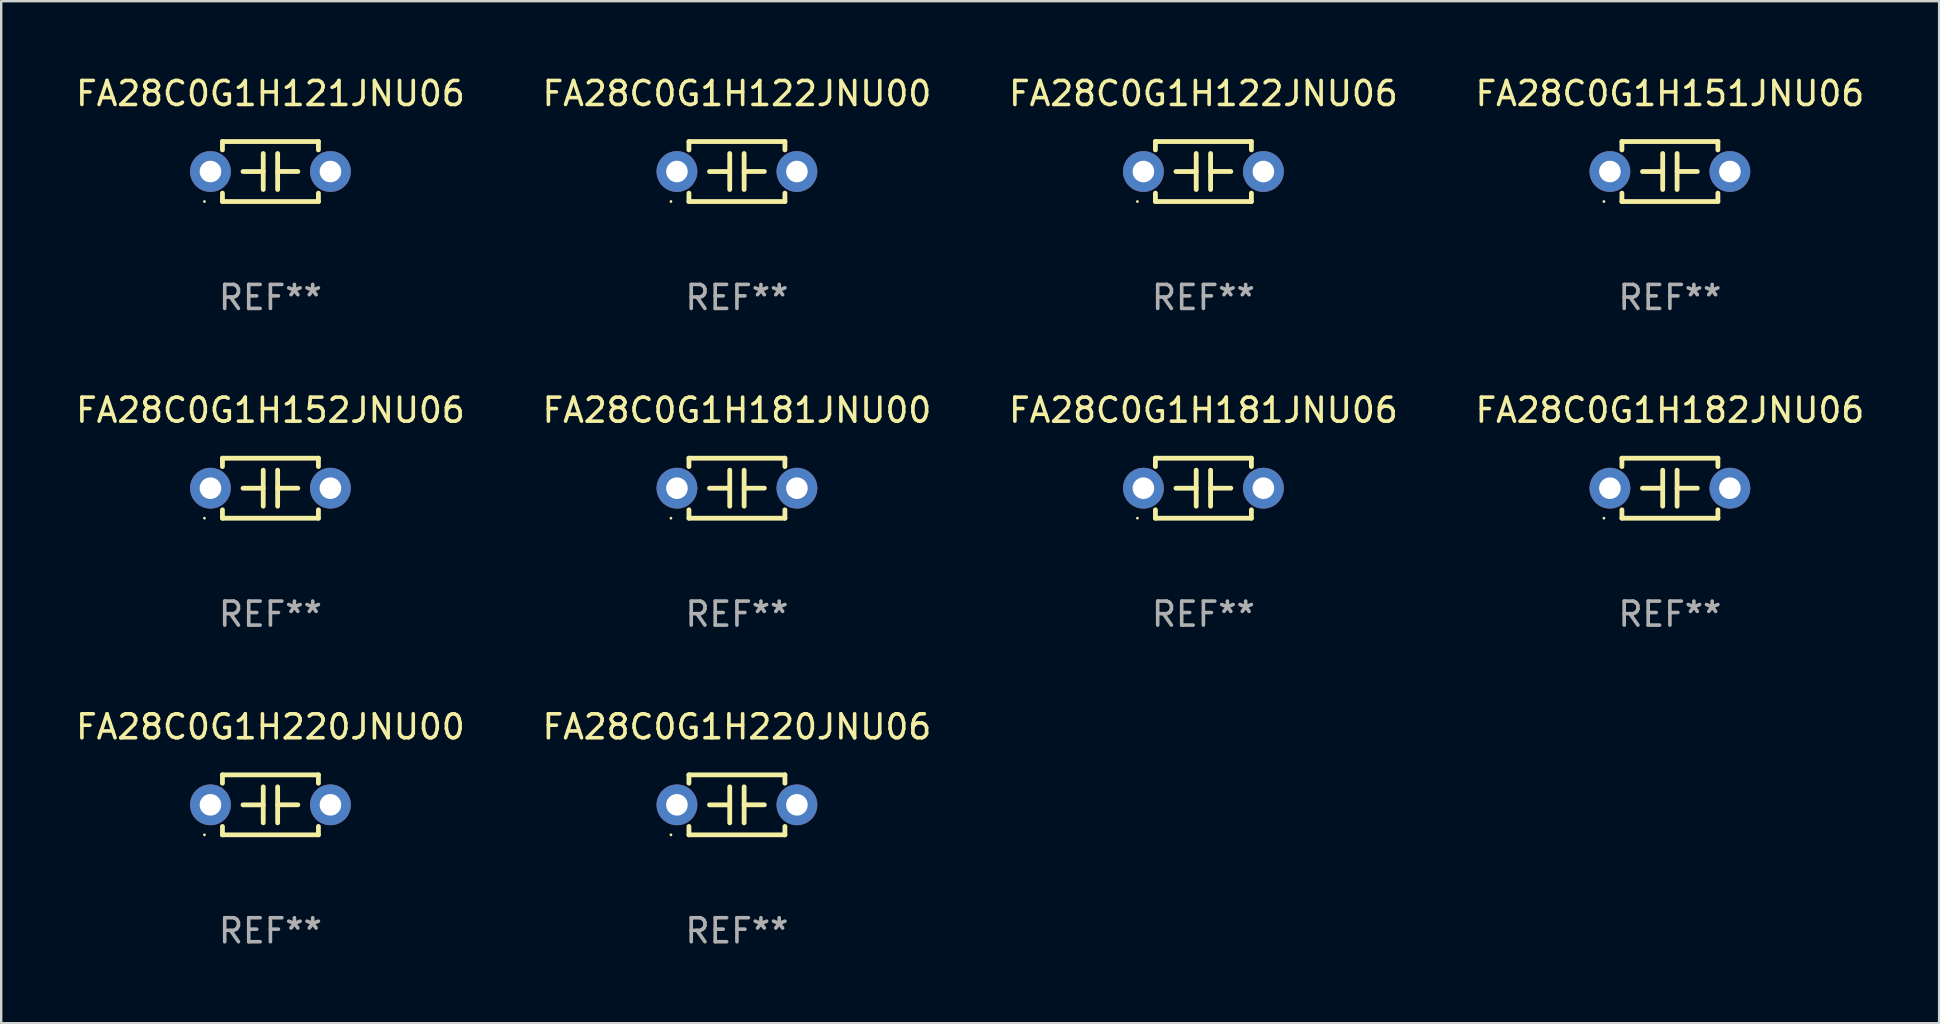
<source format=kicad_pcb>
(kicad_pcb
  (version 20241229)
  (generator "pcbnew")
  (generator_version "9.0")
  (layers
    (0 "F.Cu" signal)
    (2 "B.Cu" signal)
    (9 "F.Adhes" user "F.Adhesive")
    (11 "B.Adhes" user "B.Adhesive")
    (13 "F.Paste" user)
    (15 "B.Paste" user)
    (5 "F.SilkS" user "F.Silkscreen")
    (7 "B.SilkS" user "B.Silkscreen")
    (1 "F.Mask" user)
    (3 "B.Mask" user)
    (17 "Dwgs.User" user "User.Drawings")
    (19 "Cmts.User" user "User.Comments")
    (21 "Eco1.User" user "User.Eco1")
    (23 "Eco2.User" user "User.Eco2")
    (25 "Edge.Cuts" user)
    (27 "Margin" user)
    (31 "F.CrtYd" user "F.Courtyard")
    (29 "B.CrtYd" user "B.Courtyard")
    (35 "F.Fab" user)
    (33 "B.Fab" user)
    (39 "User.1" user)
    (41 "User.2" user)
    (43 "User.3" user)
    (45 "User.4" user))
  (footprint "FA28C0G1H181JNU06"
    (layer "F.Cu")
    (at 47.101 17.295)
    (property "Reference" "FA28C0G1H181JNU06" (at 0 -3.25 0) (layer "F.SilkS") (effects (font (size 1 1) (thickness 0.15))))
    (attr through_hole)
    (fp_line (start -2 -1.25) (end -2 -0.901) (stroke (width 0.2) (type solid)) (layer "F.SilkS"))
    (fp_line (start -2 -1.25) (end 2 -1.25) (stroke (width 0.2) (type solid)) (layer "F.SilkS"))
    (fp_line (start -2 0.901) (end -2 1.25) (stroke (width 0.2) (type solid)) (layer "F.SilkS"))
    (fp_line (start -0.3 -0.75) (end -0.3 0.75) (stroke (width 0.2) (type solid)) (layer "F.SilkS"))
    (fp_line (start -0.3 0.001) (end -1.143 0.001) (stroke (width 0.2) (type solid)) (layer "F.SilkS"))
    (fp_line (start 0.3 -0.001) (end 1.143 -0.001) (stroke (width 0.2) (type solid)) (layer "F.SilkS"))
    (fp_line (start 0.3 0.75) (end 0.3 -0.75) (stroke (width 0.2) (type solid)) (layer "F.SilkS"))
    (fp_line (start 2 -1.25) (end 2 -0.901) (stroke (width 0.2) (type solid)) (layer "F.SilkS"))
    (fp_line (start 2 0.901) (end 2 1.25) (stroke (width 0.2) (type solid)) (layer "F.SilkS"))
    (fp_line (start 2 1.25) (end -2 1.25) (stroke (width 0.2) (type solid)) (layer "F.SilkS"))
    (fp_circle (center -2.75 1.25) (end -2.72 1.25) (stroke (width 0.06) (type solid)) (fill no) (layer "F.SilkS"))
    (fp_text user "REF**" (at 0 5.25 0) (layer "F.Fab") (effects (font (size 1 1) (thickness 0.15))))
    (pad "1" thru_hole circle (at -2.5 0) (size 1.7 1.7) (drill 0.9) (layers "*.Cu" "*.Mask"))
    (pad "2" thru_hole circle (at 2.5 0) (size 1.7 1.7) (drill 0.9) (layers "*.Cu" "*.Mask")))
  (footprint "FA28C0G1H121JNU06"
    (layer "F.Cu")
    (at 8.22 4.098)
    (property "Reference" "FA28C0G1H121JNU06" (at 0 -3.25 0) (layer "F.SilkS") (effects (font (size 1 1) (thickness 0.15))))
    (attr through_hole)
    (fp_line (start -2 -1.25) (end -2 -0.901) (stroke (width 0.2) (type solid)) (layer "F.SilkS"))
    (fp_line (start -2 -1.25) (end 2 -1.25) (stroke (width 0.2) (type solid)) (layer "F.SilkS"))
    (fp_line (start -2 0.901) (end -2 1.25) (stroke (width 0.2) (type solid)) (layer "F.SilkS"))
    (fp_line (start -0.3 -0.75) (end -0.3 0.75) (stroke (width 0.2) (type solid)) (layer "F.SilkS"))
    (fp_line (start -0.3 0.001) (end -1.143 0.001) (stroke (width 0.2) (type solid)) (layer "F.SilkS"))
    (fp_line (start 0.3 -0.001) (end 1.143 -0.001) (stroke (width 0.2) (type solid)) (layer "F.SilkS"))
    (fp_line (start 0.3 0.75) (end 0.3 -0.75) (stroke (width 0.2) (type solid)) (layer "F.SilkS"))
    (fp_line (start 2 -1.25) (end 2 -0.901) (stroke (width 0.2) (type solid)) (layer "F.SilkS"))
    (fp_line (start 2 0.901) (end 2 1.25) (stroke (width 0.2) (type solid)) (layer "F.SilkS"))
    (fp_line (start 2 1.25) (end -2 1.25) (stroke (width 0.2) (type solid)) (layer "F.SilkS"))
    (fp_circle (center -2.75 1.25) (end -2.72 1.25) (stroke (width 0.06) (type solid)) (fill no) (layer "F.SilkS"))
    (fp_text user "REF**" (at 0 5.25 0) (layer "F.Fab") (effects (font (size 1 1) (thickness 0.15))))
    (pad "1" thru_hole circle (at -2.5 0) (size 1.7 1.7) (drill 0.9) (layers "*.Cu" "*.Mask"))
    (pad "2" thru_hole circle (at 2.5 0) (size 1.7 1.7) (drill 0.9) (layers "*.Cu" "*.Mask")))
  (footprint "FA28C0G1H220JNU00"
    (layer "F.Cu")
    (at 8.22 30.491)
    (property "Reference" "FA28C0G1H220JNU00" (at 0 -3.25 0) (layer "F.SilkS") (effects (font (size 1 1) (thickness 0.15))))
    (attr through_hole)
    (fp_line (start -2 -1.25) (end -2 -0.901) (stroke (width 0.2) (type solid)) (layer "F.SilkS"))
    (fp_line (start -2 -1.25) (end 2 -1.25) (stroke (width 0.2) (type solid)) (layer "F.SilkS"))
    (fp_line (start -2 0.901) (end -2 1.25) (stroke (width 0.2) (type solid)) (layer "F.SilkS"))
    (fp_line (start -0.3 -0.75) (end -0.3 0.75) (stroke (width 0.2) (type solid)) (layer "F.SilkS"))
    (fp_line (start -0.3 0.001) (end -1.143 0.001) (stroke (width 0.2) (type solid)) (layer "F.SilkS"))
    (fp_line (start 0.3 -0.001) (end 1.143 -0.001) (stroke (width 0.2) (type solid)) (layer "F.SilkS"))
    (fp_line (start 0.3 0.75) (end 0.3 -0.75) (stroke (width 0.2) (type solid)) (layer "F.SilkS"))
    (fp_line (start 2 -1.25) (end 2 -0.901) (stroke (width 0.2) (type solid)) (layer "F.SilkS"))
    (fp_line (start 2 0.901) (end 2 1.25) (stroke (width 0.2) (type solid)) (layer "F.SilkS"))
    (fp_line (start 2 1.25) (end -2 1.25) (stroke (width 0.2) (type solid)) (layer "F.SilkS"))
    (fp_circle (center -2.75 1.25) (end -2.72 1.25) (stroke (width 0.06) (type solid)) (fill no) (layer "F.SilkS"))
    (fp_text user "REF**" (at 0 5.25 0) (layer "F.Fab") (effects (font (size 1 1) (thickness 0.15))))
    (pad "1" thru_hole circle (at -2.5 0) (size 1.7 1.7) (drill 0.9) (layers "*.Cu" "*.Mask"))
    (pad "2" thru_hole circle (at 2.5 0) (size 1.7 1.7) (drill 0.9) (layers "*.Cu" "*.Mask")))
  (footprint "FA28C0G1H122JNU06"
    (layer "F.Cu")
    (at 47.101 4.098)
    (property "Reference" "FA28C0G1H122JNU06" (at 0 -3.25 0) (layer "F.SilkS") (effects (font (size 1 1) (thickness 0.15))))
    (attr through_hole)
    (fp_line (start -2 -1.25) (end -2 -0.901) (stroke (width 0.2) (type solid)) (layer "F.SilkS"))
    (fp_line (start -2 -1.25) (end 2 -1.25) (stroke (width 0.2) (type solid)) (layer "F.SilkS"))
    (fp_line (start -2 0.901) (end -2 1.25) (stroke (width 0.2) (type solid)) (layer "F.SilkS"))
    (fp_line (start -0.3 -0.75) (end -0.3 0.75) (stroke (width 0.2) (type solid)) (layer "F.SilkS"))
    (fp_line (start -0.3 0.001) (end -1.143 0.001) (stroke (width 0.2) (type solid)) (layer "F.SilkS"))
    (fp_line (start 0.3 -0.001) (end 1.143 -0.001) (stroke (width 0.2) (type solid)) (layer "F.SilkS"))
    (fp_line (start 0.3 0.75) (end 0.3 -0.75) (stroke (width 0.2) (type solid)) (layer "F.SilkS"))
    (fp_line (start 2 -1.25) (end 2 -0.901) (stroke (width 0.2) (type solid)) (layer "F.SilkS"))
    (fp_line (start 2 0.901) (end 2 1.25) (stroke (width 0.2) (type solid)) (layer "F.SilkS"))
    (fp_line (start 2 1.25) (end -2 1.25) (stroke (width 0.2) (type solid)) (layer "F.SilkS"))
    (fp_circle (center -2.75 1.25) (end -2.72 1.25) (stroke (width 0.06) (type solid)) (fill no) (layer "F.SilkS"))
    (fp_text user "REF**" (at 0 5.25 0) (layer "F.Fab") (effects (font (size 1 1) (thickness 0.15))))
    (pad "1" thru_hole circle (at -2.5 0) (size 1.7 1.7) (drill 0.9) (layers "*.Cu" "*.Mask"))
    (pad "2" thru_hole circle (at 2.5 0) (size 1.7 1.7) (drill 0.9) (layers "*.Cu" "*.Mask")))
  (footprint "FA28C0G1H182JNU06"
    (layer "F.Cu")
    (at 66.542 17.295)
    (property "Reference" "FA28C0G1H182JNU06" (at 0 -3.25 0) (layer "F.SilkS") (effects (font (size 1 1) (thickness 0.15))))
    (attr through_hole)
    (fp_line (start -2 -1.25) (end -2 -0.901) (stroke (width 0.2) (type solid)) (layer "F.SilkS"))
    (fp_line (start -2 -1.25) (end 2 -1.25) (stroke (width 0.2) (type solid)) (layer "F.SilkS"))
    (fp_line (start -2 0.901) (end -2 1.25) (stroke (width 0.2) (type solid)) (layer "F.SilkS"))
    (fp_line (start -0.3 -0.75) (end -0.3 0.75) (stroke (width 0.2) (type solid)) (layer "F.SilkS"))
    (fp_line (start -0.3 0.001) (end -1.143 0.001) (stroke (width 0.2) (type solid)) (layer "F.SilkS"))
    (fp_line (start 0.3 -0.001) (end 1.143 -0.001) (stroke (width 0.2) (type solid)) (layer "F.SilkS"))
    (fp_line (start 0.3 0.75) (end 0.3 -0.75) (stroke (width 0.2) (type solid)) (layer "F.SilkS"))
    (fp_line (start 2 -1.25) (end 2 -0.901) (stroke (width 0.2) (type solid)) (layer "F.SilkS"))
    (fp_line (start 2 0.901) (end 2 1.25) (stroke (width 0.2) (type solid)) (layer "F.SilkS"))
    (fp_line (start 2 1.25) (end -2 1.25) (stroke (width 0.2) (type solid)) (layer "F.SilkS"))
    (fp_circle (center -2.75 1.25) (end -2.72 1.25) (stroke (width 0.06) (type solid)) (fill no) (layer "F.SilkS"))
    (fp_text user "REF**" (at 0 5.25 0) (layer "F.Fab") (effects (font (size 1 1) (thickness 0.15))))
    (pad "1" thru_hole circle (at -2.5 0) (size 1.7 1.7) (drill 0.9) (layers "*.Cu" "*.Mask"))
    (pad "2" thru_hole circle (at 2.5 0) (size 1.7 1.7) (drill 0.9) (layers "*.Cu" "*.Mask")))
  (footprint "FA28C0G1H181JNU00"
    (layer "F.Cu")
    (at 27.661 17.295)
    (property "Reference" "FA28C0G1H181JNU00" (at 0 -3.25 0) (layer "F.SilkS") (effects (font (size 1 1) (thickness 0.15))))
    (attr through_hole)
    (fp_line (start -2 -1.25) (end -2 -0.901) (stroke (width 0.2) (type solid)) (layer "F.SilkS"))
    (fp_line (start -2 -1.25) (end 2 -1.25) (stroke (width 0.2) (type solid)) (layer "F.SilkS"))
    (fp_line (start -2 0.901) (end -2 1.25) (stroke (width 0.2) (type solid)) (layer "F.SilkS"))
    (fp_line (start -0.3 -0.75) (end -0.3 0.75) (stroke (width 0.2) (type solid)) (layer "F.SilkS"))
    (fp_line (start -0.3 0.001) (end -1.143 0.001) (stroke (width 0.2) (type solid)) (layer "F.SilkS"))
    (fp_line (start 0.3 -0.001) (end 1.143 -0.001) (stroke (width 0.2) (type solid)) (layer "F.SilkS"))
    (fp_line (start 0.3 0.75) (end 0.3 -0.75) (stroke (width 0.2) (type solid)) (layer "F.SilkS"))
    (fp_line (start 2 -1.25) (end 2 -0.901) (stroke (width 0.2) (type solid)) (layer "F.SilkS"))
    (fp_line (start 2 0.901) (end 2 1.25) (stroke (width 0.2) (type solid)) (layer "F.SilkS"))
    (fp_line (start 2 1.25) (end -2 1.25) (stroke (width 0.2) (type solid)) (layer "F.SilkS"))
    (fp_circle (center -2.75 1.25) (end -2.72 1.25) (stroke (width 0.06) (type solid)) (fill no) (layer "F.SilkS"))
    (fp_text user "REF**" (at 0 5.25 0) (layer "F.Fab") (effects (font (size 1 1) (thickness 0.15))))
    (pad "1" thru_hole circle (at -2.5 0) (size 1.7 1.7) (drill 0.9) (layers "*.Cu" "*.Mask"))
    (pad "2" thru_hole circle (at 2.5 0) (size 1.7 1.7) (drill 0.9) (layers "*.Cu" "*.Mask")))
  (footprint "FA28C0G1H151JNU06"
    (layer "F.Cu")
    (at 66.542 4.098)
    (property "Reference" "FA28C0G1H151JNU06" (at 0 -3.25 0) (layer "F.SilkS") (effects (font (size 1 1) (thickness 0.15))))
    (attr through_hole)
    (fp_line (start -2 -1.25) (end -2 -0.901) (stroke (width 0.2) (type solid)) (layer "F.SilkS"))
    (fp_line (start -2 -1.25) (end 2 -1.25) (stroke (width 0.2) (type solid)) (layer "F.SilkS"))
    (fp_line (start -2 0.901) (end -2 1.25) (stroke (width 0.2) (type solid)) (layer "F.SilkS"))
    (fp_line (start -0.3 -0.75) (end -0.3 0.75) (stroke (width 0.2) (type solid)) (layer "F.SilkS"))
    (fp_line (start -0.3 0.001) (end -1.143 0.001) (stroke (width 0.2) (type solid)) (layer "F.SilkS"))
    (fp_line (start 0.3 -0.001) (end 1.143 -0.001) (stroke (width 0.2) (type solid)) (layer "F.SilkS"))
    (fp_line (start 0.3 0.75) (end 0.3 -0.75) (stroke (width 0.2) (type solid)) (layer "F.SilkS"))
    (fp_line (start 2 -1.25) (end 2 -0.901) (stroke (width 0.2) (type solid)) (layer "F.SilkS"))
    (fp_line (start 2 0.901) (end 2 1.25) (stroke (width 0.2) (type solid)) (layer "F.SilkS"))
    (fp_line (start 2 1.25) (end -2 1.25) (stroke (width 0.2) (type solid)) (layer "F.SilkS"))
    (fp_circle (center -2.75 1.25) (end -2.72 1.25) (stroke (width 0.06) (type solid)) (fill no) (layer "F.SilkS"))
    (fp_text user "REF**" (at 0 5.25 0) (layer "F.Fab") (effects (font (size 1 1) (thickness 0.15))))
    (pad "1" thru_hole circle (at -2.5 0) (size 1.7 1.7) (drill 0.9) (layers "*.Cu" "*.Mask"))
    (pad "2" thru_hole circle (at 2.5 0) (size 1.7 1.7) (drill 0.9) (layers "*.Cu" "*.Mask")))
  (footprint "FA28C0G1H152JNU06"
    (layer "F.Cu")
    (at 8.22 17.295)
    (property "Reference" "FA28C0G1H152JNU06" (at 0 -3.25 0) (layer "F.SilkS") (effects (font (size 1 1) (thickness 0.15))))
    (attr through_hole)
    (fp_line (start -2 -1.25) (end -2 -0.901) (stroke (width 0.2) (type solid)) (layer "F.SilkS"))
    (fp_line (start -2 -1.25) (end 2 -1.25) (stroke (width 0.2) (type solid)) (layer "F.SilkS"))
    (fp_line (start -2 0.901) (end -2 1.25) (stroke (width 0.2) (type solid)) (layer "F.SilkS"))
    (fp_line (start -0.3 -0.75) (end -0.3 0.75) (stroke (width 0.2) (type solid)) (layer "F.SilkS"))
    (fp_line (start -0.3 0.001) (end -1.143 0.001) (stroke (width 0.2) (type solid)) (layer "F.SilkS"))
    (fp_line (start 0.3 -0.001) (end 1.143 -0.001) (stroke (width 0.2) (type solid)) (layer "F.SilkS"))
    (fp_line (start 0.3 0.75) (end 0.3 -0.75) (stroke (width 0.2) (type solid)) (layer "F.SilkS"))
    (fp_line (start 2 -1.25) (end 2 -0.901) (stroke (width 0.2) (type solid)) (layer "F.SilkS"))
    (fp_line (start 2 0.901) (end 2 1.25) (stroke (width 0.2) (type solid)) (layer "F.SilkS"))
    (fp_line (start 2 1.25) (end -2 1.25) (stroke (width 0.2) (type solid)) (layer "F.SilkS"))
    (fp_circle (center -2.75 1.25) (end -2.72 1.25) (stroke (width 0.06) (type solid)) (fill no) (layer "F.SilkS"))
    (fp_text user "REF**" (at 0 5.25 0) (layer "F.Fab") (effects (font (size 1 1) (thickness 0.15))))
    (pad "1" thru_hole circle (at -2.5 0) (size 1.7 1.7) (drill 0.9) (layers "*.Cu" "*.Mask"))
    (pad "2" thru_hole circle (at 2.5 0) (size 1.7 1.7) (drill 0.9) (layers "*.Cu" "*.Mask")))
  (footprint "FA28C0G1H220JNU06"
    (layer "F.Cu")
    (at 27.661 30.491)
    (property "Reference" "FA28C0G1H220JNU06" (at 0 -3.25 0) (layer "F.SilkS") (effects (font (size 1 1) (thickness 0.15))))
    (attr through_hole)
    (fp_line (start -2 -1.25) (end -2 -0.901) (stroke (width 0.2) (type solid)) (layer "F.SilkS"))
    (fp_line (start -2 -1.25) (end 2 -1.25) (stroke (width 0.2) (type solid)) (layer "F.SilkS"))
    (fp_line (start -2 0.901) (end -2 1.25) (stroke (width 0.2) (type solid)) (layer "F.SilkS"))
    (fp_line (start -0.3 -0.75) (end -0.3 0.75) (stroke (width 0.2) (type solid)) (layer "F.SilkS"))
    (fp_line (start -0.3 0.001) (end -1.143 0.001) (stroke (width 0.2) (type solid)) (layer "F.SilkS"))
    (fp_line (start 0.3 -0.001) (end 1.143 -0.001) (stroke (width 0.2) (type solid)) (layer "F.SilkS"))
    (fp_line (start 0.3 0.75) (end 0.3 -0.75) (stroke (width 0.2) (type solid)) (layer "F.SilkS"))
    (fp_line (start 2 -1.25) (end 2 -0.901) (stroke (width 0.2) (type solid)) (layer "F.SilkS"))
    (fp_line (start 2 0.901) (end 2 1.25) (stroke (width 0.2) (type solid)) (layer "F.SilkS"))
    (fp_line (start 2 1.25) (end -2 1.25) (stroke (width 0.2) (type solid)) (layer "F.SilkS"))
    (fp_circle (center -2.75 1.25) (end -2.72 1.25) (stroke (width 0.06) (type solid)) (fill no) (layer "F.SilkS"))
    (fp_text user "REF**" (at 0 5.25 0) (layer "F.Fab") (effects (font (size 1 1) (thickness 0.15))))
    (pad "1" thru_hole circle (at -2.5 0) (size 1.7 1.7) (drill 0.9) (layers "*.Cu" "*.Mask"))
    (pad "2" thru_hole circle (at 2.5 0) (size 1.7 1.7) (drill 0.9) (layers "*.Cu" "*.Mask")))
  (footprint "FA28C0G1H122JNU00"
    (layer "F.Cu")
    (at 27.661 4.098)
    (property "Reference" "FA28C0G1H122JNU00" (at 0 -3.25 0) (layer "F.SilkS") (effects (font (size 1 1) (thickness 0.15))))
    (attr through_hole)
    (fp_line (start -2 -1.25) (end -2 -0.901) (stroke (width 0.2) (type solid)) (layer "F.SilkS"))
    (fp_line (start -2 -1.25) (end 2 -1.25) (stroke (width 0.2) (type solid)) (layer "F.SilkS"))
    (fp_line (start -2 0.901) (end -2 1.25) (stroke (width 0.2) (type solid)) (layer "F.SilkS"))
    (fp_line (start -0.3 -0.75) (end -0.3 0.75) (stroke (width 0.2) (type solid)) (layer "F.SilkS"))
    (fp_line (start -0.3 0.001) (end -1.143 0.001) (stroke (width 0.2) (type solid)) (layer "F.SilkS"))
    (fp_line (start 0.3 -0.001) (end 1.143 -0.001) (stroke (width 0.2) (type solid)) (layer "F.SilkS"))
    (fp_line (start 0.3 0.75) (end 0.3 -0.75) (stroke (width 0.2) (type solid)) (layer "F.SilkS"))
    (fp_line (start 2 -1.25) (end 2 -0.901) (stroke (width 0.2) (type solid)) (layer "F.SilkS"))
    (fp_line (start 2 0.901) (end 2 1.25) (stroke (width 0.2) (type solid)) (layer "F.SilkS"))
    (fp_line (start 2 1.25) (end -2 1.25) (stroke (width 0.2) (type solid)) (layer "F.SilkS"))
    (fp_circle (center -2.75 1.25) (end -2.72 1.25) (stroke (width 0.06) (type solid)) (fill no) (layer "F.SilkS"))
    (fp_text user "REF**" (at 0 5.25 0) (layer "F.Fab") (effects (font (size 1 1) (thickness 0.15))))
    (pad "1" thru_hole circle (at -2.5 0) (size 1.7 1.7) (drill 0.9) (layers "*.Cu" "*.Mask"))
    (pad "2" thru_hole circle (at 2.5 0) (size 1.7 1.7) (drill 0.9) (layers "*.Cu" "*.Mask")))
  (gr_rect
    (start -3 -3)
    (end 77.762 39.59)
    (stroke (width 0.1) (type default))
    (fill no)
    (layer "Edge.Cuts")))
</source>
